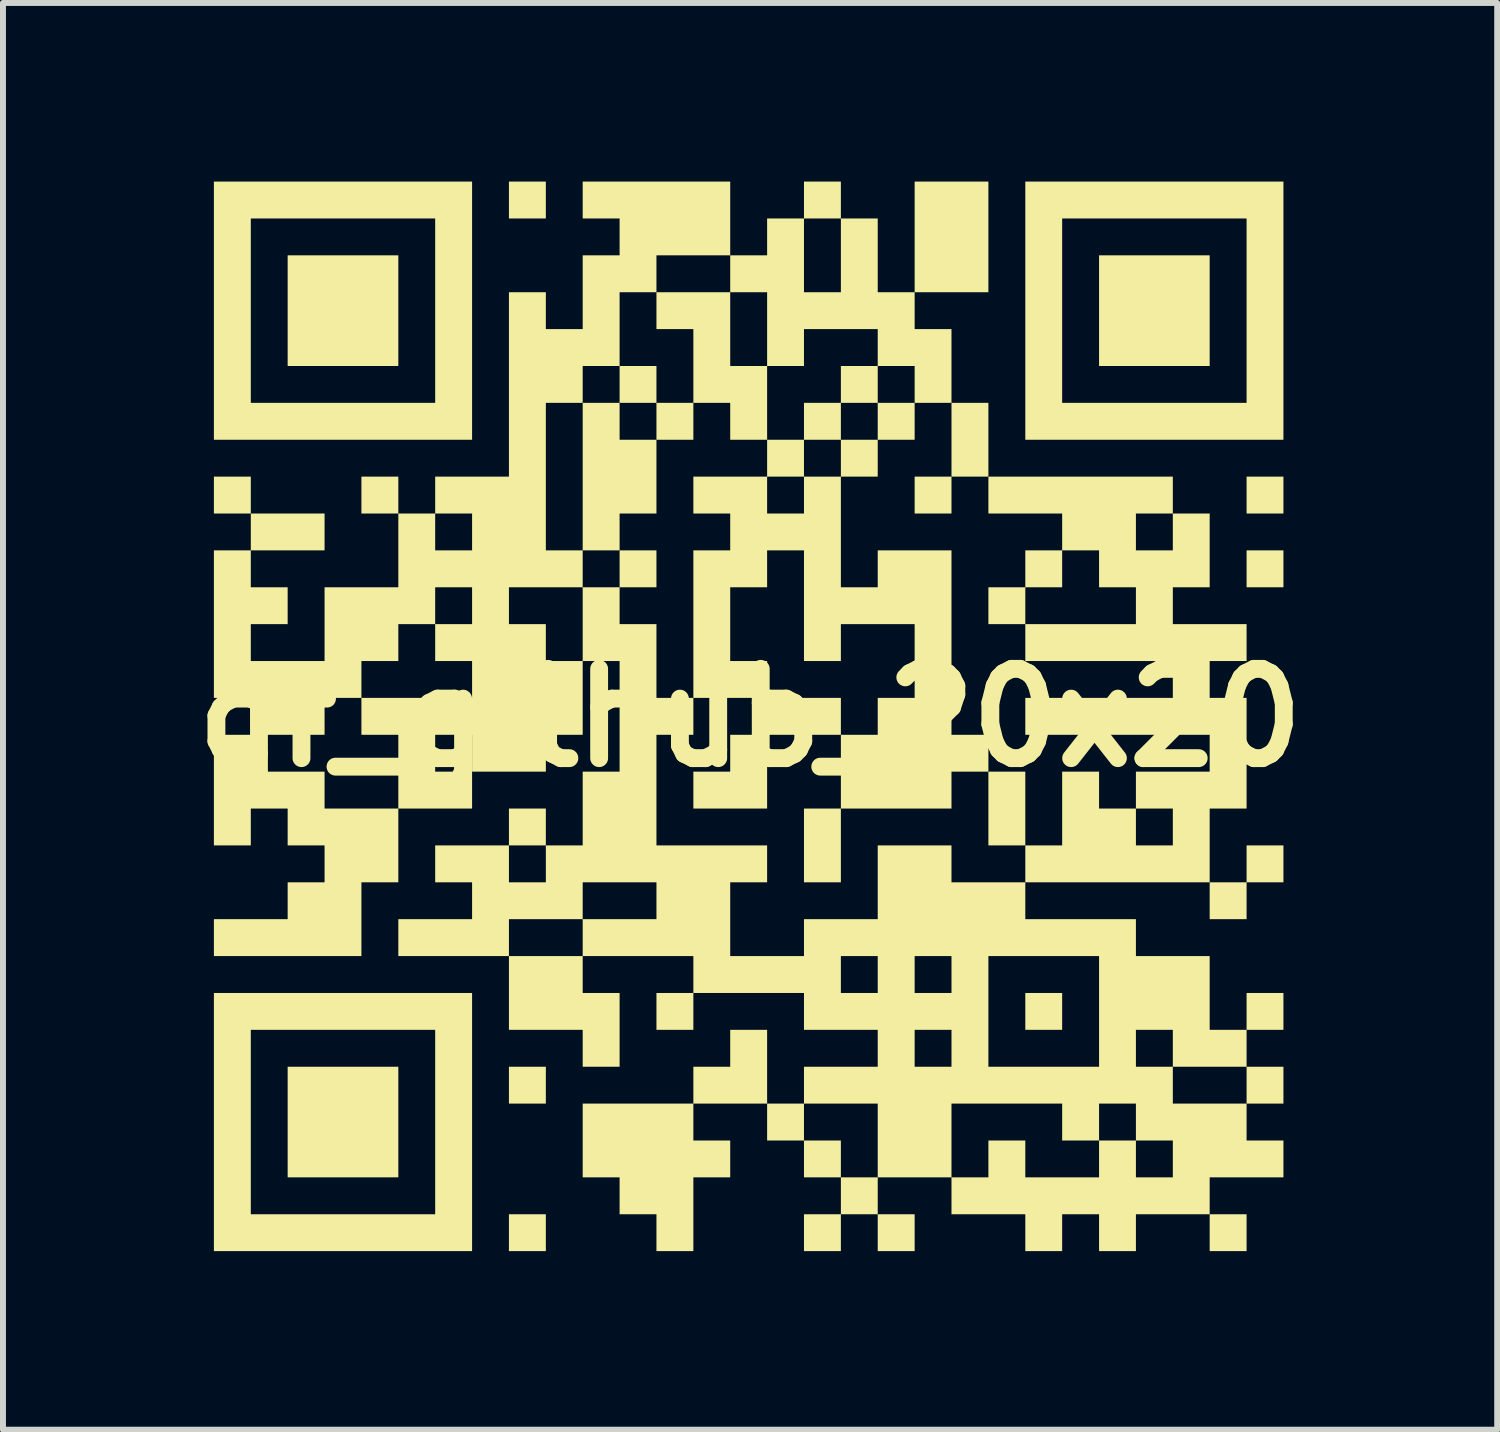
<source format=kicad_pcb>
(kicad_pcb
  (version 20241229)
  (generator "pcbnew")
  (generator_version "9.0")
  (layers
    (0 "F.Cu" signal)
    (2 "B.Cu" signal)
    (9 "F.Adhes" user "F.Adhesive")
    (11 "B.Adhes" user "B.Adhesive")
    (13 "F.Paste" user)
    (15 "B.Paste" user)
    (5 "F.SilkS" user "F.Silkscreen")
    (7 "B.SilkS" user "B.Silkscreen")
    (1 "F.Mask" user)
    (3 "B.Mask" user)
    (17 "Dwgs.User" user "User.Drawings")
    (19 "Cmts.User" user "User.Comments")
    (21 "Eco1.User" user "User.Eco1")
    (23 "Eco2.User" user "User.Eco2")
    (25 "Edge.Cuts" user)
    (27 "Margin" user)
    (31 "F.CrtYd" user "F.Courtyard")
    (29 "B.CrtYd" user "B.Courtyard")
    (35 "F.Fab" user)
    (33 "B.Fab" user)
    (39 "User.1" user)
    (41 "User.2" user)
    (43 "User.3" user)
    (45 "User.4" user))
  (footprint "qr_github_20x20"
    (layer "F.Cu")
    (at 9.55 9.007)
    (property "Reference" "qr_github_20x20" (at 0 0 0) (layer "F.SilkS") (effects (font (size 1.5 1.5) (thickness 0.3))))
    (attr board_only exclude_from_pos_files exclude_from_bom)
    (fp_poly (pts (xy -8.387 -3.741) (xy -8.387 -3.431) (xy -8.697 -3.431) (xy -9.007 -3.431) (xy -9.007 -3.741) (xy -9.007 -4.051) (xy -8.697 -4.051) (xy -8.387 -4.051)) (stroke (width 0) (type solid)) (fill yes) (layer "F.SilkS"))
    (fp_poly (pts (xy -5.909 -6.838) (xy -5.909 -5.909) (xy -6.838 -5.909) (xy -7.768 -5.909) (xy -7.768 -6.838) (xy -7.768 -7.768) (xy -6.838 -7.768) (xy -5.909 -7.768)) (stroke (width 0) (type solid)) (fill yes) (layer "F.SilkS"))
    (fp_poly (pts (xy -5.909 6.791) (xy -5.909 7.72) (xy -6.838 7.72) (xy -7.768 7.72) (xy -7.768 6.791) (xy -7.768 5.862) (xy -6.838 5.862) (xy -5.909 5.862)) (stroke (width 0) (type solid)) (fill yes) (layer "F.SilkS"))
    (fp_poly (pts (xy -3.431 -8.697) (xy -3.431 -8.387) (xy -3.741 -8.387) (xy -4.051 -8.387) (xy -4.051 -8.697) (xy -4.051 -9.007) (xy -3.741 -9.007) (xy -3.431 -9.007)) (stroke (width 0) (type solid)) (fill yes) (layer "F.SilkS"))
    (fp_poly (pts (xy -3.431 6.171) (xy -3.431 6.481) (xy -3.741 6.481) (xy -4.051 6.481) (xy -4.051 6.171) (xy -4.051 5.862) (xy -3.741 5.862) (xy -3.431 5.862)) (stroke (width 0) (type solid)) (fill yes) (layer "F.SilkS"))
    (fp_poly (pts (xy -3.431 8.649) (xy -3.431 8.959) (xy -3.741 8.959) (xy -4.051 8.959) (xy -4.051 8.649) (xy -4.051 8.34) (xy -3.741 8.34) (xy -3.431 8.34)) (stroke (width 0) (type solid)) (fill yes) (layer "F.SilkS"))
    (fp_poly (pts (xy -1.573 -2.502) (xy -1.573 -2.192) (xy -1.882 -2.192) (xy -2.192 -2.192) (xy -2.192 -2.502) (xy -2.192 -2.812) (xy -1.882 -2.812) (xy -1.573 -2.812)) (stroke (width 0) (type solid)) (fill yes) (layer "F.SilkS"))
    (fp_poly (pts (xy 2.764 8.649) (xy 2.764 8.959) (xy 2.454 8.959) (xy 2.144 8.959) (xy 2.144 8.649) (xy 2.144 8.34) (xy 2.454 8.34) (xy 2.764 8.34)) (stroke (width 0) (type solid)) (fill yes) (layer "F.SilkS"))
    (fp_poly (pts (xy 3.383 -3.741) (xy 3.383 -3.431) (xy 3.074 -3.431) (xy 2.764 -3.431) (xy 2.764 -3.741) (xy 2.764 -4.051) (xy 3.074 -4.051) (xy 3.383 -4.051)) (stroke (width 0) (type solid)) (fill yes) (layer "F.SilkS"))
    (fp_poly (pts (xy 4.003 -4.67) (xy 4.003 -4.051) (xy 3.693 -4.051) (xy 3.383 -4.051) (xy 3.383 -4.67) (xy 3.383 -5.29) (xy 3.693 -5.29) (xy 4.003 -5.29)) (stroke (width 0) (type solid)) (fill yes) (layer "F.SilkS"))
    (fp_poly (pts (xy 4.623 1.525) (xy 4.623 2.144) (xy 4.313 2.144) (xy 4.003 2.144) (xy 4.003 1.525) (xy 4.003 0.905) (xy 4.313 0.905) (xy 4.623 0.905)) (stroke (width 0) (type solid)) (fill yes) (layer "F.SilkS"))
    (fp_poly (pts (xy 5.242 4.932) (xy 5.242 5.242) (xy 4.932 5.242) (xy 4.623 5.242) (xy 4.623 4.932) (xy 4.623 4.623) (xy 4.932 4.623) (xy 5.242 4.623)) (stroke (width 0) (type solid)) (fill yes) (layer "F.SilkS"))
    (fp_poly (pts (xy 7.72 -6.838) (xy 7.72 -5.909) (xy 6.791 -5.909) (xy 5.862 -5.909) (xy 5.862 -6.838) (xy 5.862 -7.768) (xy 6.791 -7.768) (xy 7.72 -7.768)) (stroke (width 0) (type solid)) (fill yes) (layer "F.SilkS"))
    (fp_poly (pts (xy 8.34 8.649) (xy 8.34 8.959) (xy 8.03 8.959) (xy 7.72 8.959) (xy 7.72 8.649) (xy 7.72 8.34) (xy 8.03 8.34) (xy 8.34 8.34)) (stroke (width 0) (type solid)) (fill yes) (layer "F.SilkS"))
    (fp_poly (pts (xy 8.959 -3.741) (xy 8.959 -3.431) (xy 8.649 -3.431) (xy 8.34 -3.431) (xy 8.34 -3.741) (xy 8.34 -4.051) (xy 8.649 -4.051) (xy 8.959 -4.051)) (stroke (width 0) (type solid)) (fill yes) (layer "F.SilkS"))
    (fp_poly (pts (xy 8.959 -2.502) (xy 8.959 -2.192) (xy 8.649 -2.192) (xy 8.34 -2.192) (xy 8.34 -2.502) (xy 8.34 -2.812) (xy 8.649 -2.812) (xy 8.959 -2.812)) (stroke (width 0) (type solid)) (fill yes) (layer "F.SilkS"))
    (fp_poly (pts (xy 5.242 -2.502) (xy 5.242 -2.192) (xy 4.932 -2.192) (xy 4.623 -2.192) (xy 4.623 -1.882) (xy 4.623 -1.573) (xy 4.313 -1.573) (xy 4.003 -1.573) (xy 4.003 -1.882) (xy 4.003 -2.192) (xy 4.313 -2.192) (xy 4.623 -2.192) (xy 4.623 -2.502) (xy 4.623 -2.812) (xy 4.932 -2.812) (xy 5.242 -2.812)) (stroke (width 0) (type solid)) (fill yes) (layer "F.SilkS"))
    (fp_poly (pts (xy -4.67 -6.838) (xy -4.67 -4.67) (xy -6.838 -4.67) (xy -9.007 -4.67) (xy -9.007 -6.838) (xy -8.387 -6.838) (xy -8.387 -5.29) (xy -6.838 -5.29) (xy -5.29 -5.29) (xy -5.29 -6.838) (xy -5.29 -8.387) (xy -6.838 -8.387) (xy -8.387 -8.387) (xy -8.387 -6.838) (xy -9.007 -6.838) (xy -9.007 -9.007) (xy -6.838 -9.007) (xy -4.67 -9.007)) (stroke (width 0) (type solid)) (fill yes) (layer "F.SilkS"))
    (fp_poly (pts (xy -4.67 6.791) (xy -4.67 8.959) (xy -6.838 8.959) (xy -9.007 8.959) (xy -9.007 6.791) (xy -8.387 6.791) (xy -8.387 8.34) (xy -6.838 8.34) (xy -5.29 8.34) (xy -5.29 6.791) (xy -5.29 5.242) (xy -6.838 5.242) (xy -8.387 5.242) (xy -8.387 6.791) (xy -9.007 6.791) (xy -9.007 4.623) (xy -6.838 4.623) (xy -4.67 4.623)) (stroke (width 0) (type solid)) (fill yes) (layer "F.SilkS"))
    (fp_poly (pts (xy 8.959 -6.838) (xy 8.959 -4.67) (xy 6.791 -4.67) (xy 4.623 -4.67) (xy 4.623 -6.838) (xy 5.242 -6.838) (xy 5.242 -5.29) (xy 6.791 -5.29) (xy 8.34 -5.29) (xy 8.34 -6.838) (xy 8.34 -8.387) (xy 6.791 -8.387) (xy 5.242 -8.387) (xy 5.242 -6.838) (xy 4.623 -6.838) (xy 4.623 -9.007) (xy 6.791 -9.007) (xy 8.959 -9.007)) (stroke (width 0) (type solid)) (fill yes) (layer "F.SilkS"))
    (fp_poly (pts (xy -0.334 -6.529) (xy -0.334 -5.909) (xy -0.024 -5.909) (xy 0.286 -5.909) (xy 0.286 -5.29) (xy 0.286 -4.67) (xy 0.596 -4.67) (xy 0.905 -4.67) (xy 0.905 -4.98) (xy 0.905 -5.29) (xy 1.215 -5.29) (xy 1.525 -5.29) (xy 1.525 -5.599) (xy 1.525 -5.909) (xy 1.835 -5.909) (xy 2.144 -5.909) (xy 2.144 -5.599) (xy 2.144 -5.29) (xy 1.835 -5.29) (xy 1.525 -5.29) (xy 1.525 -4.98) (xy 1.525 -4.67) (xy 1.215 -4.67) (xy 0.905 -4.67) (xy 0.905 -4.36) (xy 0.905 -4.051) (xy 0.596 -4.051) (xy 0.286 -4.051) (xy 0.286 -3.741) (xy 0.286 -3.431) (xy 0.596 -3.431) (xy 0.905 -3.431) (xy 0.905 -3.741) (xy 0.905 -4.051) (xy 1.215 -4.051) (xy 1.525 -4.051) (xy 1.525 -4.36) (xy 1.525 -4.67) (xy 1.835 -4.67) (xy 2.144 -4.67) (xy 2.144 -4.98) (xy 2.144 -5.29) (xy 2.454 -5.29) (xy 2.764 -5.29) (xy 2.764 -4.98) (xy 2.764 -4.67) (xy 2.454 -4.67) (xy 2.144 -4.67) (xy 2.144 -4.36) (xy 2.144 -4.051) (xy 1.835 -4.051) (xy 1.525 -4.051) (xy 1.525 -3.121) (xy 1.525 -2.192) (xy 1.835 -2.192) (xy 2.144 -2.192) (xy 2.144 -2.502) (xy 2.144 -2.812) (xy 2.764 -2.812) (xy 3.383 -2.812) (xy 3.383 -1.263) (xy 3.383 0.286) (xy 3.693 0.286) (xy 4.003 0.286) (xy 4.003 0.596) (xy 4.003 0.905) (xy 3.693 0.905) (xy 3.383 0.905) (xy 3.383 1.215) (xy 3.383 1.525) (xy 2.454 1.525) (xy 1.525 1.525) (xy 1.525 2.144) (xy 1.525 2.764) (xy 1.215 2.764) (xy 0.905 2.764) (xy 0.905 2.144) (xy 0.905 1.525) (xy 1.215 1.525) (xy 1.525 1.525) (xy 1.525 0.905) (xy 1.525 0.286) (xy 0.905 0.286) (xy 0.286 0.286) (xy 0.286 0.905) (xy 0.286 1.525) (xy -0.334 1.525) (xy -0.953 1.525) (xy -0.953 1.215) (xy -0.953 0.905) (xy -0.643 0.905) (xy -0.334 0.905) (xy -0.334 0.596) (xy -0.334 0.286) (xy -0.024 0.286) (xy 0.286 0.286) (xy 0.286 -0.024) (xy 0.286 -0.334) (xy 0.905 -0.334) (xy 1.525 -0.334) (xy 1.525 -0.024) (xy 1.525 0.286) (xy 1.835 0.286) (xy 2.144 0.286) (xy 2.144 -0.024) (xy 2.144 -0.334) (xy 2.454 -0.334) (xy 2.764 -0.334) (xy 2.764 -0.953) (xy 2.764 -1.573) (xy 2.144 -1.573) (xy 1.525 -1.573) (xy 1.525 -1.263) (xy 1.525 -0.953) (xy 1.215 -0.953) (xy 0.905 -0.953) (xy 0.905 -1.882) (xy 0.905 -2.812) (xy 0.596 -2.812) (xy 0.286 -2.812) (xy 0.286 -2.502) (xy 0.286 -2.192) (xy -0.024 -2.192) (xy -0.334 -2.192) (xy -0.334 -1.573) (xy -0.334 -0.953) (xy -0.024 -0.953) (xy 0.286 -0.953) (xy 0.286 -0.643) (xy 0.286 -0.334) (xy -0.334 -0.334) (xy -0.953 -0.334) (xy -0.953 -1.573) (xy -0.953 -2.812) (xy -0.643 -2.812) (xy -0.334 -2.812) (xy -0.334 -3.121) (xy -0.334 -3.431) (xy -0.643 -3.431) (xy -0.953 -3.431) (xy -0.953 -3.741) (xy -0.953 -4.051) (xy -0.334 -4.051) (xy 0.286 -4.051) (xy 0.286 -4.36) (xy 0.286 -4.67) (xy -0.024 -4.67) (xy -0.334 -4.67) (xy -0.334 -4.98) (xy -0.334 -5.29) (xy -0.643 -5.29) (xy -0.953 -5.29) (xy -0.953 -4.98) (xy -0.953 -4.67) (xy -1.263 -4.67) (xy -1.573 -4.67) (xy -1.573 -4.051) (xy -1.573 -3.431) (xy -1.882 -3.431) (xy -2.192 -3.431) (xy -2.192 -3.121) (xy -2.192 -2.812) (xy -2.502 -2.812) (xy -2.812 -2.812) (xy -2.812 -4.051) (xy -2.812 -4.98) (xy -2.192 -4.98) (xy -2.192 -4.67) (xy -1.882 -4.67) (xy -1.573 -4.67) (xy -1.573 -4.98) (xy -1.573 -5.29) (xy -1.882 -5.29) (xy -2.192 -5.29) (xy -2.192 -4.98) (xy -2.812 -4.98) (xy -2.812 -5.29) (xy -2.502 -5.29) (xy -2.192 -5.29) (xy -2.192 -5.599) (xy -2.192 -5.909) (xy -1.882 -5.909) (xy -1.573 -5.909) (xy -1.573 -5.599) (xy -1.573 -5.29) (xy -1.263 -5.29) (xy -0.953 -5.29) (xy -0.953 -5.909) (xy -0.953 -6.529) (xy -1.263 -6.529) (xy -1.573 -6.529) (xy -1.573 -6.838) (xy -1.573 -7.148) (xy -0.953 -7.148) (xy -0.334 -7.148)) (stroke (width 0) (type solid)) (fill yes) (layer "F.SilkS"))
    (fp_poly (pts (xy -0.334 -8.387) (xy -0.334 -7.768) (xy -0.024 -7.768) (xy 0.286 -7.768) (xy 0.286 -8.077) (xy 0.286 -8.387) (xy 0.596 -8.387) (xy 0.905 -8.387) (xy 0.905 -8.697) (xy 0.905 -9.007) (xy 1.215 -9.007) (xy 1.525 -9.007) (xy 1.525 -8.697) (xy 1.525 -8.387) (xy 1.215 -8.387) (xy 0.905 -8.387) (xy 0.905 -7.768) (xy 0.905 -7.148) (xy 1.215 -7.148) (xy 1.525 -7.148) (xy 1.525 -7.768) (xy 1.525 -8.387) (xy 1.835 -8.387) (xy 2.144 -8.387) (xy 2.144 -7.768) (xy 2.144 -7.148) (xy 2.454 -7.148) (xy 2.764 -7.148) (xy 2.764 -8.077) (xy 2.764 -9.007) (xy 3.383 -9.007) (xy 4.003 -9.007) (xy 4.003 -8.077) (xy 4.003 -7.148) (xy 3.383 -7.148) (xy 2.764 -7.148) (xy 2.764 -6.838) (xy 2.764 -6.529) (xy 3.074 -6.529) (xy 3.383 -6.529) (xy 3.383 -5.909) (xy 3.383 -5.29) (xy 3.074 -5.29) (xy 2.764 -5.29) (xy 2.764 -5.599) (xy 2.764 -5.909) (xy 2.454 -5.909) (xy 2.144 -5.909) (xy 2.144 -6.219) (xy 2.144 -6.529) (xy 1.525 -6.529) (xy 0.905 -6.529) (xy 0.905 -6.219) (xy 0.905 -5.909) (xy 0.596 -5.909) (xy 0.286 -5.909) (xy 0.286 -6.529) (xy 0.286 -7.148) (xy -0.024 -7.148) (xy -0.334 -7.148) (xy -0.334 -7.458) (xy -0.334 -7.768) (xy -0.953 -7.768) (xy -1.573 -7.768) (xy -1.573 -7.458) (xy -1.573 -7.148) (xy -1.882 -7.148) (xy -2.192 -7.148) (xy -2.192 -6.529) (xy -2.192 -5.909) (xy -2.502 -5.909) (xy -2.812 -5.909) (xy -2.812 -5.599) (xy -2.812 -5.29) (xy -3.121 -5.29) (xy -3.431 -5.29) (xy -3.431 -4.051) (xy -3.431 -2.812) (xy -3.121 -2.812) (xy -2.812 -2.812) (xy -2.812 -2.502) (xy -2.812 -2.192) (xy -3.431 -2.192) (xy -4.051 -2.192) (xy -4.051 -1.882) (xy -4.051 -1.573) (xy -3.741 -1.573) (xy -3.431 -1.573) (xy -3.431 -1.263) (xy -3.431 -0.953) (xy -3.121 -0.953) (xy -2.812 -0.953) (xy -2.812 -1.573) (xy -2.812 -2.192) (xy -2.502 -2.192) (xy -2.192 -2.192) (xy -2.192 -1.882) (xy -2.192 -1.573) (xy -1.882 -1.573) (xy -1.573 -1.573) (xy -1.573 -0.953) (xy -1.573 -0.334) (xy -1.263 -0.334) (xy -0.953 -0.334) (xy -0.953 -0.024) (xy -0.953 0.286) (xy -1.263 0.286) (xy -1.573 0.286) (xy -1.573 1.215) (xy -1.573 2.144) (xy -0.643 2.144) (xy 0.286 2.144) (xy 0.286 2.454) (xy 0.286 2.764) (xy -0.024 2.764) (xy -0.334 2.764) (xy -0.334 3.383) (xy -0.334 4.003) (xy 0.286 4.003) (xy 0.905 4.003) (xy 0.905 3.693) (xy 0.905 3.383) (xy 1.525 3.383) (xy 2.144 3.383) (xy 2.144 2.764) (xy 2.144 2.144) (xy 2.764 2.144) (xy 3.383 2.144) (xy 3.383 2.454) (xy 3.383 2.764) (xy 4.003 2.764) (xy 4.623 2.764) (xy 4.623 2.454) (xy 4.623 2.144) (xy 4.932 2.144) (xy 5.242 2.144) (xy 5.242 1.835) (xy 6.481 1.835) (xy 6.481 2.144) (xy 6.791 2.144) (xy 7.101 2.144) (xy 7.101 1.835) (xy 7.101 1.525) (xy 6.791 1.525) (xy 6.481 1.525) (xy 6.481 1.835) (xy 5.242 1.835) (xy 5.242 1.525) (xy 5.242 0.905) (xy 5.552 0.905) (xy 5.862 0.905) (xy 5.862 1.215) (xy 5.862 1.525) (xy 6.171 1.525) (xy 6.481 1.525) (xy 6.481 1.215) (xy 6.481 0.905) (xy 7.101 0.905) (xy 7.72 0.905) (xy 7.72 0.596) (xy 7.72 0.286) (xy 6.171 0.286) (xy 4.623 0.286) (xy 4.623 -0.024) (xy 4.623 -0.334) (xy 5.862 -0.334) (xy 7.101 -0.334) (xy 7.101 -0.643) (xy 7.101 -0.953) (xy 5.862 -0.953) (xy 4.623 -0.953) (xy 4.623 -1.263) (xy 4.623 -1.573) (xy 5.552 -1.573) (xy 6.481 -1.573) (xy 6.481 -1.882) (xy 6.481 -2.192) (xy 6.171 -2.192) (xy 5.862 -2.192) (xy 5.862 -2.502) (xy 5.862 -2.812) (xy 5.552 -2.812) (xy 5.242 -2.812) (xy 5.242 -3.121) (xy 5.242 -3.431) (xy 4.623 -3.431) (xy 4.003 -3.431) (xy 4.003 -3.741) (xy 4.003 -4.051) (xy 5.552 -4.051) (xy 7.101 -4.051) (xy 7.101 -3.741) (xy 7.101 -3.431) (xy 6.791 -3.431) (xy 6.481 -3.431) (xy 6.481 -3.121) (xy 6.481 -2.812) (xy 6.791 -2.812) (xy 7.101 -2.812) (xy 7.101 -3.121) (xy 7.101 -3.431) (xy 7.41 -3.431) (xy 7.72 -3.431) (xy 7.72 -2.812) (xy 7.72 -2.192) (xy 7.41 -2.192) (xy 7.101 -2.192) (xy 7.101 -1.882) (xy 7.101 -1.573) (xy 7.72 -1.573) (xy 8.34 -1.573) (xy 8.34 -1.263) (xy 8.34 -0.953) (xy 8.03 -0.953) (xy 7.72 -0.953) (xy 7.72 -0.643) (xy 7.72 -0.334) (xy 8.03 -0.334) (xy 8.34 -0.334) (xy 8.34 0.596) (xy 8.34 1.525) (xy 8.03 1.525) (xy 7.72 1.525) (xy 7.72 2.144) (xy 7.72 2.764) (xy 8.03 2.764) (xy 8.34 2.764) (xy 8.34 2.454) (xy 8.34 2.144) (xy 8.649 2.144) (xy 8.959 2.144) (xy 8.959 2.454) (xy 8.959 2.764) (xy 8.649 2.764) (xy 8.34 2.764) (xy 8.34 3.074) (xy 8.34 3.383) (xy 8.03 3.383) (xy 7.72 3.383) (xy 7.72 3.074) (xy 7.72 2.764) (xy 6.171 2.764) (xy 4.623 2.764) (xy 4.623 3.074) (xy 4.623 3.383) (xy 5.552 3.383) (xy 6.481 3.383) (xy 6.481 3.693) (xy 6.481 4.003) (xy 7.101 4.003) (xy 7.72 4.003) (xy 7.72 4.623) (xy 7.72 5.242) (xy 8.03 5.242) (xy 8.34 5.242) (xy 8.34 4.932) (xy 8.34 4.623) (xy 8.649 4.623) (xy 8.959 4.623) (xy 8.959 4.932) (xy 8.959 5.242) (xy 8.649 5.242) (xy 8.34 5.242) (xy 8.34 5.552) (xy 8.34 5.862) (xy 7.72 5.862) (xy 7.101 5.862) (xy 7.101 6.171) (xy 7.101 6.481) (xy 7.72 6.481) (xy 8.34 6.481) (xy 8.34 6.171) (xy 8.34 5.862) (xy 8.649 5.862) (xy 8.959 5.862) (xy 8.959 6.171) (xy 8.959 6.481) (xy 8.649 6.481) (xy 8.34 6.481) (xy 8.34 6.791) (xy 8.34 7.101) (xy 8.649 7.101) (xy 8.959 7.101) (xy 8.959 7.41) (xy 8.959 7.72) (xy 8.34 7.72) (xy 7.72 7.72) (xy 7.72 8.03) (xy 7.72 8.34) (xy 7.101 8.34) (xy 6.481 8.34) (xy 6.481 8.649) (xy 6.481 8.959) (xy 6.171 8.959) (xy 5.862 8.959) (xy 5.862 8.649) (xy 5.862 8.34) (xy 5.552 8.34) (xy 5.242 8.34) (xy 5.242 8.649) (xy 5.242 8.959) (xy 4.932 8.959) (xy 4.623 8.959) (xy 4.623 8.649) (xy 4.623 8.34) (xy 4.003 8.34) (xy 3.383 8.34) (xy 3.383 8.03) (xy 3.383 7.72) (xy 2.764 7.72) (xy 2.144 7.72) (xy 2.144 8.03) (xy 2.144 8.34) (xy 1.835 8.34) (xy 1.525 8.34) (xy 1.525 8.649) (xy 1.525 8.959) (xy 1.215 8.959) (xy 0.905 8.959) (xy 0.905 8.649) (xy 0.905 8.34) (xy 1.215 8.34) (xy 1.525 8.34) (xy 1.525 8.03) (xy 1.525 7.72) (xy 1.215 7.72) (xy 0.905 7.72) (xy 0.905 7.41) (xy 0.905 7.101) (xy 1.215 7.101) (xy 1.525 7.101) (xy 1.525 7.41) (xy 1.525 7.72) (xy 1.835 7.72) (xy 2.144 7.72) (xy 2.144 7.101) (xy 3.383 7.101) (xy 3.383 7.72) (xy 3.693 7.72) (xy 4.003 7.72) (xy 4.003 7.41) (xy 4.003 7.101) (xy 4.313 7.101) (xy 4.623 7.101) (xy 4.623 7.41) (xy 4.623 7.72) (xy 5.242 7.72) (xy 5.862 7.72) (xy 5.862 7.41) (xy 6.481 7.41) (xy 6.481 7.72) (xy 6.791 7.72) (xy 7.101 7.72) (xy 7.101 7.41) (xy 7.101 7.101) (xy 6.791 7.101) (xy 6.481 7.101) (xy 6.481 7.41) (xy 5.862 7.41) (xy 5.862 7.101) (xy 6.171 7.101) (xy 6.481 7.101) (xy 6.481 6.791) (xy 6.481 6.481) (xy 6.171 6.481) (xy 5.862 6.481) (xy 5.862 6.791) (xy 5.862 7.101) (xy 5.552 7.101) (xy 5.242 7.101) (xy 5.242 6.791) (xy 5.242 6.481) (xy 4.313 6.481) (xy 3.383 6.481) (xy 3.383 7.101) (xy 2.144 7.101) (xy 2.144 6.481) (xy 1.525 6.481) (xy 0.905 6.481) (xy 0.905 6.791) (xy 0.905 7.101) (xy 0.596 7.101) (xy 0.286 7.101) (xy 0.286 6.791) (xy 0.286 6.481) (xy -0.334 6.481) (xy -0.953 6.481) (xy -0.953 6.791) (xy -0.953 7.101) (xy -0.643 7.101) (xy -0.334 7.101) (xy -0.334 7.41) (xy -0.334 7.72) (xy -0.643 7.72) (xy -0.953 7.72) (xy -0.953 8.34) (xy -0.953 8.959) (xy -1.263 8.959) (xy -1.573 8.959) (xy -1.573 8.649) (xy -1.573 8.34) (xy -1.882 8.34) (xy -2.192 8.34) (xy -2.192 8.03) (xy -2.192 7.72) (xy -2.502 7.72) (xy -2.812 7.72) (xy -2.812 7.101) (xy -2.812 6.481) (xy -1.882 6.481) (xy -0.953 6.481) (xy -0.953 6.171) (xy -0.953 5.862) (xy -0.643 5.862) (xy -0.334 5.862) (xy -0.334 5.552) (xy -0.334 5.242) (xy -0.024 5.242) (xy 0.286 5.242) (xy 0.286 5.862) (xy 0.286 6.481) (xy 0.596 6.481) (xy 0.905 6.481) (xy 0.905 6.171) (xy 0.905 5.862) (xy 1.525 5.862) (xy 2.144 5.862) (xy 2.144 5.552) (xy 2.764 5.552) (xy 2.764 5.862) (xy 3.074 5.862) (xy 3.383 5.862) (xy 3.383 5.552) (xy 3.383 5.242) (xy 3.074 5.242) (xy 2.764 5.242) (xy 2.764 5.552) (xy 2.144 5.552) (xy 2.144 5.242) (xy 1.525 5.242) (xy 0.905 5.242) (xy 0.905 4.932) (xy 4.003 4.932) (xy 4.003 5.862) (xy 4.932 5.862) (xy 5.862 5.862) (xy 5.862 5.552) (xy 6.481 5.552) (xy 6.481 5.862) (xy 6.791 5.862) (xy 7.101 5.862) (xy 7.101 5.552) (xy 7.101 5.242) (xy 6.791 5.242) (xy 6.481 5.242) (xy 6.481 5.552) (xy 5.862 5.552) (xy 5.862 4.932) (xy 5.862 4.003) (xy 4.932 4.003) (xy 4.003 4.003) (xy 4.003 4.932) (xy 0.905 4.932) (xy 0.905 4.623) (xy -0.024 4.623) (xy -0.953 4.623) (xy -0.953 4.932) (xy -0.953 5.242) (xy -1.263 5.242) (xy -1.573 5.242) (xy -1.573 4.932) (xy -1.573 4.623) (xy -1.263 4.623) (xy -0.953 4.623) (xy -0.953 4.313) (xy 1.525 4.313) (xy 1.525 4.623) (xy 1.835 4.623) (xy 2.144 4.623) (xy 2.144 4.313) (xy 2.764 4.313) (xy 2.764 4.623) (xy 3.074 4.623) (xy 3.383 4.623) (xy 3.383 4.313) (xy 3.383 4.003) (xy 3.074 4.003) (xy 2.764 4.003) (xy 2.764 4.313) (xy 2.144 4.313) (xy 2.144 4.003) (xy 1.835 4.003) (xy 1.525 4.003) (xy 1.525 4.313) (xy -0.953 4.313) (xy -0.953 4.003) (xy -1.882 4.003) (xy -2.812 4.003) (xy -2.812 4.313) (xy -2.812 4.623) (xy -2.502 4.623) (xy -2.192 4.623) (xy -2.192 5.242) (xy -2.192 5.862) (xy -2.502 5.862) (xy -2.812 5.862) (xy -2.812 5.552) (xy -2.812 5.242) (xy -3.431 5.242) (xy -4.051 5.242) (xy -4.051 4.623) (xy -4.051 4.003) (xy -4.98 4.003) (xy -5.909 4.003) (xy -5.909 3.693) (xy -5.909 3.383) (xy -5.29 3.383) (xy -4.67 3.383) (xy -4.051 3.383) (xy -4.051 3.693) (xy -4.051 4.003) (xy -3.431 4.003) (xy -2.812 4.003) (xy -2.812 3.693) (xy -2.812 3.383) (xy -2.192 3.383) (xy -1.573 3.383) (xy -1.573 3.074) (xy -1.573 2.764) (xy -2.192 2.764) (xy -2.812 2.764) (xy -2.812 3.074) (xy -2.812 3.383) (xy -3.431 3.383) (xy -4.051 3.383) (xy -4.67 3.383) (xy -4.67 3.074) (xy -4.67 2.764) (xy -4.98 2.764) (xy -5.29 2.764) (xy -5.29 2.454) (xy -4.051 2.454) (xy -4.051 2.764) (xy -3.741 2.764) (xy -3.431 2.764) (xy -3.431 2.454) (xy -3.431 2.144) (xy -3.741 2.144) (xy -4.051 2.144) (xy -4.051 2.454) (xy -5.29 2.454) (xy -5.29 2.144) (xy -4.67 2.144) (xy -4.051 2.144) (xy -4.051 1.835) (xy -4.051 1.525) (xy -3.741 1.525) (xy -3.431 1.525) (xy -3.431 1.835) (xy -3.431 2.144) (xy -3.121 2.144) (xy -2.812 2.144) (xy -2.812 1.525) (xy -2.812 0.905) (xy -2.502 0.905) (xy -2.192 0.905) (xy -2.192 -0.024) (xy -2.192 -0.953) (xy -2.502 -0.953) (xy -2.812 -0.953) (xy -2.812 -0.334) (xy -2.812 0.286) (xy -3.121 0.286) (xy -3.431 0.286) (xy -3.431 0.596) (xy -3.431 0.905) (xy -4.051 0.905) (xy -4.67 0.905) (xy -4.67 1.215) (xy -4.67 1.525) (xy -5.29 1.525) (xy -5.909 1.525) (xy -5.909 2.144) (xy -5.909 2.764) (xy -6.219 2.764) (xy -6.529 2.764) (xy -6.529 3.383) (xy -6.529 4.003) (xy -7.768 4.003) (xy -9.007 4.003) (xy -9.007 3.693) (xy -9.007 3.383) (xy -8.387 3.383) (xy -7.768 3.383) (xy -7.768 3.074) (xy -7.768 2.764) (xy -7.458 2.764) (xy -7.148 2.764) (xy -7.148 2.454) (xy -7.148 2.144) (xy -7.458 2.144) (xy -7.768 2.144) (xy -7.768 1.835) (xy -7.768 1.525) (xy -8.077 1.525) (xy -8.387 1.525) (xy -8.387 1.835) (xy -8.387 2.144) (xy -8.697 2.144) (xy -9.007 2.144) (xy -9.007 1.215) (xy -9.007 0.286) (xy -8.697 0.286) (xy -8.387 0.286) (xy -8.387 0.596) (xy -8.387 0.905) (xy -7.768 0.905) (xy -7.148 0.905) (xy -7.148 1.215) (xy -7.148 1.525) (xy -6.529 1.525) (xy -5.909 1.525) (xy -5.909 0.905) (xy -5.909 0.596) (xy -5.29 0.596) (xy -5.29 0.905) (xy -4.98 0.905) (xy -4.67 0.905) (xy -4.67 0.596) (xy -4.67 0.286) (xy -4.98 0.286) (xy -5.29 0.286) (xy -5.29 0.596) (xy -5.909 0.596) (xy -5.909 0.286) (xy -6.219 0.286) (xy -6.529 0.286) (xy -6.529 -0.024) (xy -6.529 -0.334) (xy -5.599 -0.334) (xy -4.67 -0.334) (xy -4.67 -0.643) (xy -4.67 -0.953) (xy -4.98 -0.953) (xy -5.29 -0.953) (xy -5.29 -1.263) (xy -5.29 -1.573) (xy -4.98 -1.573) (xy -4.67 -1.573) (xy -4.67 -1.882) (xy -4.67 -2.192) (xy -4.98 -2.192) (xy -5.29 -2.192) (xy -5.29 -1.882) (xy -5.29 -1.573) (xy -5.599 -1.573) (xy -5.909 -1.573) (xy -5.909 -1.263) (xy -5.909 -0.953) (xy -6.219 -0.953) (xy -6.529 -0.953) (xy -6.529 -0.643) (xy -6.529 -0.334) (xy -6.838 -0.334) (xy -7.148 -0.334) (xy -7.148 -0.024) (xy -7.148 0.286) (xy -7.768 0.286) (xy -8.387 0.286) (xy -8.387 -0.024) (xy -8.387 -0.334) (xy -8.697 -0.334) (xy -9.007 -0.334) (xy -9.007 -1.573) (xy -9.007 -2.812) (xy -8.697 -2.812) (xy -8.387 -2.812) (xy -8.387 -3.121) (xy -8.387 -3.431) (xy -7.768 -3.431) (xy -7.148 -3.431) (xy -7.148 -3.121) (xy -7.148 -2.812) (xy -7.768 -2.812) (xy -8.387 -2.812) (xy -8.387 -2.502) (xy -8.387 -2.192) (xy -8.077 -2.192) (xy -7.768 -2.192) (xy -7.768 -1.882) (xy -7.768 -1.573) (xy -8.077 -1.573) (xy -8.387 -1.573) (xy -8.387 -1.263) (xy -8.387 -0.953) (xy -7.768 -0.953) (xy -7.148 -0.953) (xy -7.148 -1.573) (xy -7.148 -2.192) (xy -6.529 -2.192) (xy -5.909 -2.192) (xy -5.909 -2.812) (xy -5.909 -3.121) (xy -5.29 -3.121) (xy -5.29 -2.812) (xy -4.98 -2.812) (xy -4.67 -2.812) (xy -4.67 -3.121) (xy -4.67 -3.431) (xy -4.98 -3.431) (xy -5.29 -3.431) (xy -5.29 -3.121) (xy -5.909 -3.121) (xy -5.909 -3.431) (xy -6.219 -3.431) (xy -6.529 -3.431) (xy -6.529 -3.741) (xy -6.529 -4.051) (xy -6.219 -4.051) (xy -5.909 -4.051) (xy -5.909 -3.741) (xy -5.909 -3.431) (xy -5.599 -3.431) (xy -5.29 -3.431) (xy -5.29 -3.741) (xy -5.29 -4.051) (xy -4.67 -4.051) (xy -4.051 -4.051) (xy -4.051 -5.599) (xy -4.051 -7.148) (xy -3.741 -7.148) (xy -3.431 -7.148) (xy -3.431 -6.838) (xy -3.431 -6.529) (xy -3.121 -6.529) (xy -2.812 -6.529) (xy -2.812 -7.148) (xy -2.812 -7.768) (xy -2.502 -7.768) (xy -2.192 -7.768) (xy -2.192 -8.077) (xy -2.192 -8.387) (xy -2.502 -8.387) (xy -2.812 -8.387) (xy -2.812 -8.697) (xy -2.812 -9.007) (xy -1.573 -9.007) (xy -0.334 -9.007)) (stroke (width 0) (type solid)) (fill yes) (layer "F.SilkS")))
  (gr_rect
    (start -3 -3)
    (end 22.1 20.966)
    (stroke (width 0.1) (type default))
    (fill no)
    (layer "Edge.Cuts")))
</source>
